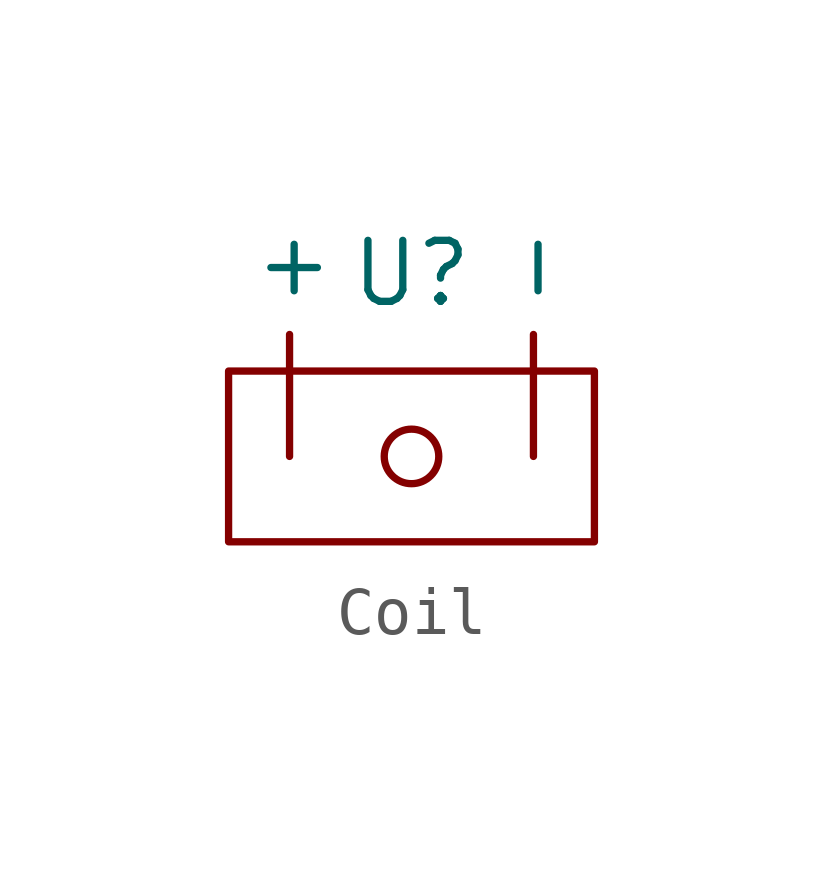
<source format=kicad_sym>
(kicad_symbol_lib
  (version 20231120)
  (generator "kicad_symbol_editor")
  (generator_version "8.0")
  (symbol "Coil"
    (property "Reference" "U"
      (at 0 0 0)
      (effects (font (size 1.27 1.27))))
    (property "Value" ""
      (at 0 0 0)
      (effects (font (size 1.27 1.27))))
    (symbol "Coil_0_1"
      (rectangle (start -3.81 -2.032) (end 3.81 -5.588) (stroke (width 0) (type default)) (fill (type none)))
      (circle (center 0 -3.81) (radius 0.568) (stroke (width 0) (type default)) (fill (type none))))
    (symbol "Coil_1_1"
      (pin bidirectional line (at -2.54 -3.81 90) (length 2.54) (name "+" (effects (font (size 1.27 1.27)))) (number "" (effects (font (size 1.27 1.27)))))
      (pin bidirectional line (at 2.54 -3.81 90) (length 2.54) (name "-" (effects (font (size 1.27 1.27)))) (number "" (effects (font (size 1.27 1.27))))))))
</source>
